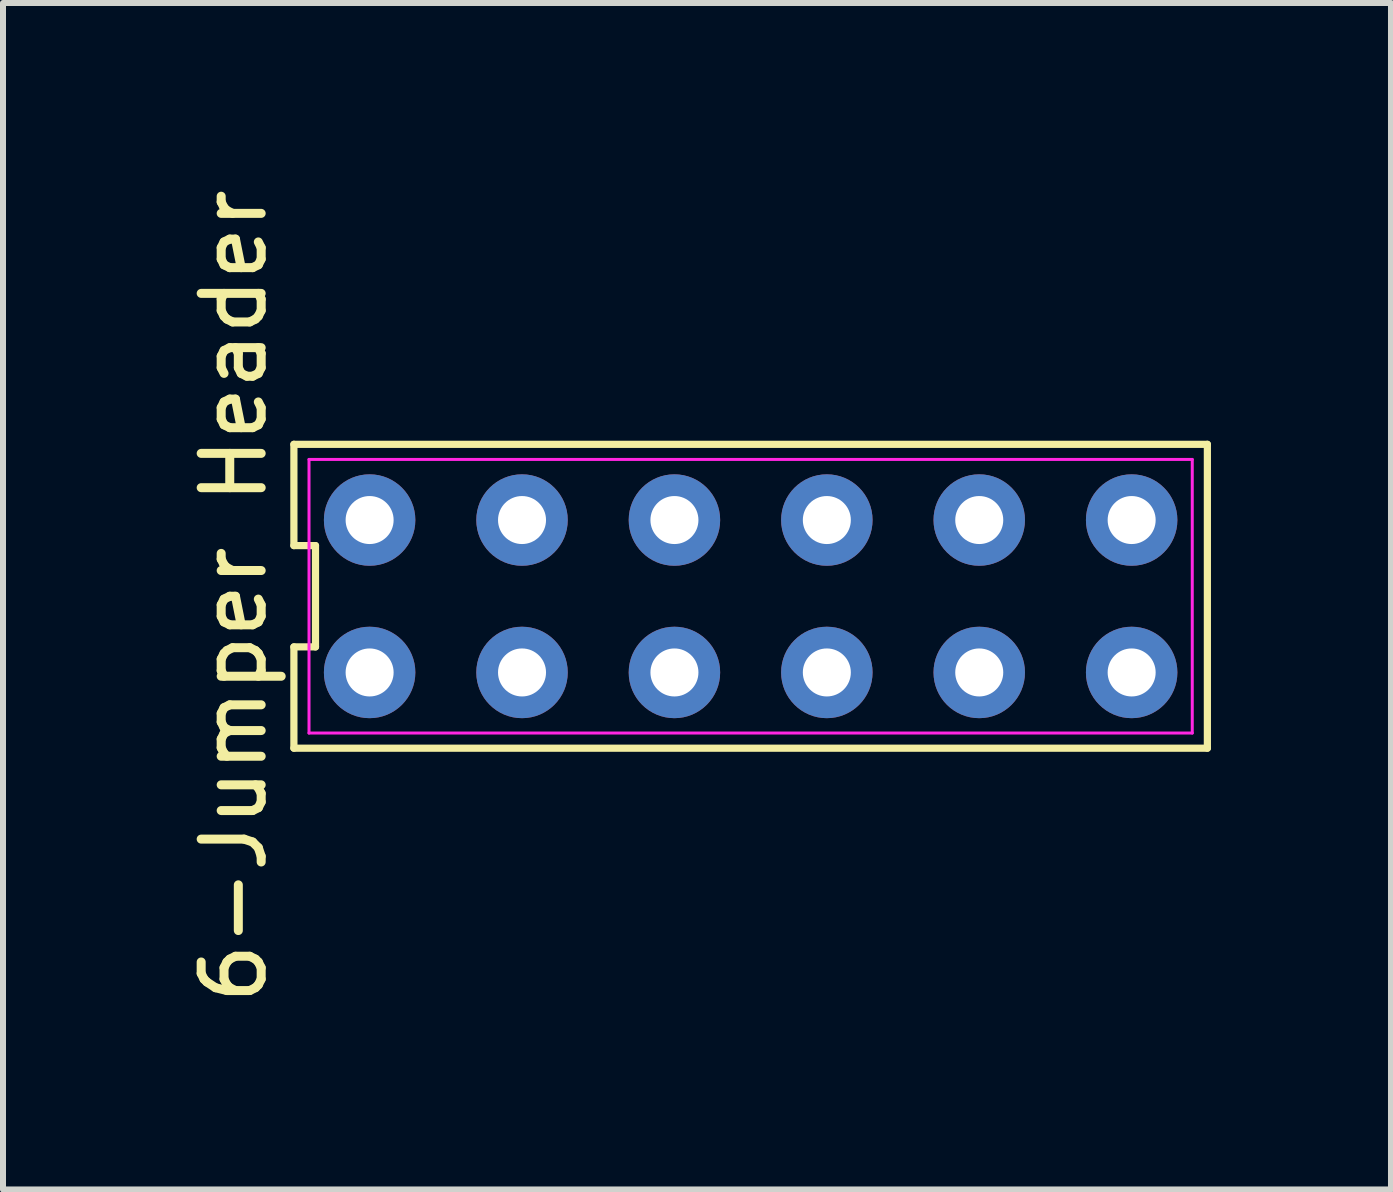
<source format=kicad_pcb>
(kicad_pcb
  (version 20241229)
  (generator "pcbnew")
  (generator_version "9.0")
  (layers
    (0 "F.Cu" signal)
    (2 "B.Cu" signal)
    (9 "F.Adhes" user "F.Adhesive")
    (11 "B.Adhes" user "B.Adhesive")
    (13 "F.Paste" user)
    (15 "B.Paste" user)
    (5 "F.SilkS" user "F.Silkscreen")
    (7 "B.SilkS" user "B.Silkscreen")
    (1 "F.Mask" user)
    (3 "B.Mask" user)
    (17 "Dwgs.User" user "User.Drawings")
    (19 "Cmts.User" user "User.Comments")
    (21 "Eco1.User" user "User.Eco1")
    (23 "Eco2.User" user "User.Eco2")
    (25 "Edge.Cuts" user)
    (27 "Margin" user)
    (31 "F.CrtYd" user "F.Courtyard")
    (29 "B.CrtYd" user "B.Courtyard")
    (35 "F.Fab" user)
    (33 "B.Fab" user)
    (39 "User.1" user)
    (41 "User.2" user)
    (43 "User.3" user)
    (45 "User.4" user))
  (footprint "6-Jumper Header"
    (layer "F.Cu")
    (at 9.46 6.887)
    (property "Reference" "6-Jumper Header" (at -8.612 0 90) (layer "F.SilkS") (effects (font (size 1 1) (thickness 0.15))))
    (fp_line (start -7.612 -2.532) (end -7.612 -0.844) (stroke (width 0.12) (type solid)) (layer "F.SilkS"))
    (fp_line (start -7.612 -0.844) (end -7.252 -0.844) (stroke (width 0.12) (type solid)) (layer "F.SilkS"))
    (fp_line (start -7.612 0.844) (end -7.612 2.532) (stroke (width 0.12) (type solid)) (layer "F.SilkS"))
    (fp_line (start -7.612 2.532) (end 7.612 2.532) (stroke (width 0.12) (type solid)) (layer "F.SilkS"))
    (fp_line (start -7.252 -0.844) (end -7.252 0.844) (stroke (width 0.12) (type solid)) (layer "F.SilkS"))
    (fp_line (start -7.252 0.844) (end -7.612 0.844) (stroke (width 0.12) (type solid)) (layer "F.SilkS"))
    (fp_line (start 7.612 -2.532) (end -7.612 -2.532) (stroke (width 0.12) (type solid)) (layer "F.SilkS"))
    (fp_line (start 7.612 2.532) (end 7.612 -2.532) (stroke (width 0.12) (type solid)) (layer "F.SilkS"))
    (fp_line (start -7.36 -2.28) (end 7.36 -2.28) (stroke (width 0.05) (type solid)) (layer "F.CrtYd"))
    (fp_line (start -7.36 2.28) (end -7.36 -2.28) (stroke (width 0.05) (type solid)) (layer "F.CrtYd"))
    (fp_line (start 7.36 -2.28) (end 7.36 2.28) (stroke (width 0.05) (type solid)) (layer "F.CrtYd"))
    (fp_line (start 7.36 2.28) (end -7.36 2.28) (stroke (width 0.05) (type solid)) (layer "F.CrtYd"))
    (pad "1" thru_hole circle (at -6.35 1.27) (size 1.524 1.524) (drill 0.8) (layers "*.Cu" "*.Mask"))
    (pad "2" thru_hole circle (at -3.81 1.27) (size 1.524 1.524) (drill 0.8) (layers "*.Cu" "*.Mask"))
    (pad "3" thru_hole circle (at -1.27 1.27) (size 1.524 1.524) (drill 0.8) (layers "*.Cu" "*.Mask"))
    (pad "4" thru_hole circle (at 1.27 1.27) (size 1.524 1.524) (drill 0.8) (layers "*.Cu" "*.Mask"))
    (pad "5" thru_hole circle (at 3.81 1.27) (size 1.524 1.524) (drill 0.8) (layers "*.Cu" "*.Mask"))
    (pad "6" thru_hole circle (at 6.35 1.27) (size 1.524 1.524) (drill 0.8) (layers "*.Cu" "*.Mask"))
    (pad "7" thru_hole circle (at 6.35 -1.27) (size 1.524 1.524) (drill 0.8) (layers "*.Cu" "*.Mask"))
    (pad "8" thru_hole circle (at 3.81 -1.27) (size 1.524 1.524) (drill 0.8) (layers "*.Cu" "*.Mask"))
    (pad "9" thru_hole circle (at 1.27 -1.27) (size 1.524 1.524) (drill 0.8) (layers "*.Cu" "*.Mask"))
    (pad "10" thru_hole circle (at -1.27 -1.27) (size 1.524 1.524) (drill 0.8) (layers "*.Cu" "*.Mask"))
    (pad "11" thru_hole circle (at -3.81 -1.27) (size 1.524 1.524) (drill 0.8) (layers "*.Cu" "*.Mask"))
    (pad "12" thru_hole circle (at -6.35 -1.27) (size 1.524 1.524) (drill 0.8) (layers "*.Cu" "*.Mask")))
  (gr_rect
    (start -3 -3)
    (end 20.132 16.774)
    (stroke (width 0.1) (type default))
    (fill no)
    (layer "Edge.Cuts")))
</source>
